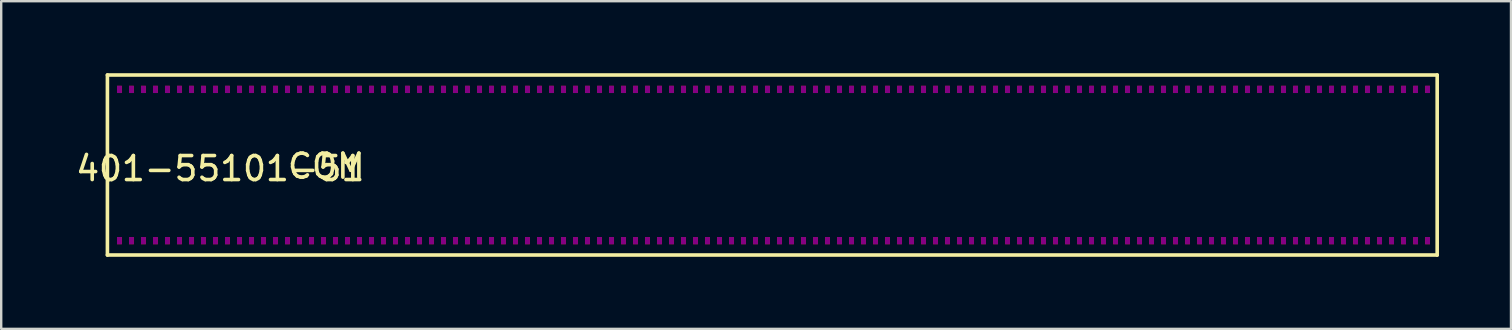
<source format=kicad_pcb>
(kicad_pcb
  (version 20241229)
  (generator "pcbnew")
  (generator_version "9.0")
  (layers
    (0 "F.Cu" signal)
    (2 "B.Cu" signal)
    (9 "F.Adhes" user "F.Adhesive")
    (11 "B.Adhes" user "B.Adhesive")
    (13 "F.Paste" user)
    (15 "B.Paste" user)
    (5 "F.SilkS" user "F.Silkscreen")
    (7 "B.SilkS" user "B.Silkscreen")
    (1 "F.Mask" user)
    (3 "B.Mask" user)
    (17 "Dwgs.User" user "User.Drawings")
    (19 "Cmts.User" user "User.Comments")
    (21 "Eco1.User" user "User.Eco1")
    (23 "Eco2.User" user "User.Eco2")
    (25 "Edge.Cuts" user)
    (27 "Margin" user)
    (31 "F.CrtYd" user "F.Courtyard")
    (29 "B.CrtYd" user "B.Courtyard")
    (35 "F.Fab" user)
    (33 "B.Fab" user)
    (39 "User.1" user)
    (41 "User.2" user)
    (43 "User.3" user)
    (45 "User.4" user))
  (footprint "401-55101-51"
    (layer "F.Cu")
    (at 1.925 6.875)
    (property "Reference" "401-55101-51" (at 4.2 -2.9 0) (layer "F.SilkS") (effects (font (size 1 1) (thickness 0.15))))
    (attr through_hole)
    (fp_line (start -0.5 -6.8) (end -0.5 0.7) (stroke (width 0.15) (type solid)) (layer "F.SilkS"))
    (fp_line (start 54.9 -6.8) (end -0.5 -6.8) (stroke (width 0.15) (type solid)) (layer "F.SilkS"))
    (fp_line (start 54.9 -6.8) (end 54.9 0.7) (stroke (width 0.15) (type solid)) (layer "F.SilkS"))
    (fp_line (start 54.9 0.7) (end -0.5 0.7) (stroke (width 0.15) (type solid)) (layer "F.SilkS"))
    (fp_text user "COM " (at 9 -3 0) (layer "F.SilkS") (effects (font (size 1 1) (thickness 0.15))))
    (pad "1" smd rect (at 0 0.1) (size 0.2 0.3) (layers "F.Cu" "F.Mask" "F.Adhes" "F.Paste"))
    (pad "2" smd rect (at 0.5 0.1) (size 0.2 0.3) (layers "F.Cu" "F.Mask" "F.Adhes" "F.Paste"))
    (pad "3" smd rect (at 1 0.1) (size 0.2 0.3) (layers "F.Cu" "F.Mask" "F.Adhes" "F.Paste"))
    (pad "4" smd rect (at 1.5 0.1) (size 0.2 0.3) (layers "F.Cu" "F.Mask" "F.Adhes" "F.Paste"))
    (pad "5" smd rect (at 2 0.1) (size 0.2 0.3) (layers "F.Cu" "F.Mask" "F.Adhes" "F.Paste"))
    (pad "6" smd rect (at 2.5 0.1) (size 0.2 0.3) (layers "F.Cu" "F.Mask" "F.Adhes" "F.Paste"))
    (pad "7" smd rect (at 3 0.1) (size 0.2 0.3) (layers "F.Cu" "F.Mask" "F.Adhes" "F.Paste"))
    (pad "8" smd rect (at 3.5 0.1) (size 0.2 0.3) (layers "F.Cu" "F.Mask" "F.Adhes" "F.Paste"))
    (pad "9" smd rect (at 4 0.1) (size 0.2 0.3) (layers "F.Cu" "F.Mask" "F.Adhes" "F.Paste"))
    (pad "10" smd rect (at 4.5 0.1) (size 0.2 0.3) (layers "F.Cu" "F.Mask" "F.Adhes" "F.Paste"))
    (pad "11" smd rect (at 5 0.1) (size 0.2 0.3) (layers "F.Cu" "F.Mask" "F.Adhes" "F.Paste"))
    (pad "12" smd rect (at 5.5 0.1) (size 0.2 0.3) (layers "F.Cu" "F.Mask" "F.Adhes" "F.Paste"))
    (pad "13" smd rect (at 6 0.1) (size 0.2 0.3) (layers "F.Cu" "F.Mask" "F.Adhes" "F.Paste"))
    (pad "14" smd rect (at 6.5 0.1) (size 0.2 0.3) (layers "F.Cu" "F.Mask" "F.Adhes" "F.Paste"))
    (pad "15" smd rect (at 7 0.1) (size 0.2 0.3) (layers "F.Cu" "F.Mask" "F.Adhes" "F.Paste"))
    (pad "16" smd rect (at 7.5 0.1) (size 0.2 0.3) (layers "F.Cu" "F.Mask" "F.Adhes" "F.Paste"))
    (pad "17" smd rect (at 8 0.1) (size 0.2 0.3) (layers "F.Cu" "F.Mask" "F.Adhes" "F.Paste"))
    (pad "18" smd rect (at 8.5 0.1) (size 0.2 0.3) (layers "F.Cu" "F.Mask" "F.Adhes" "F.Paste"))
    (pad "19" smd rect (at 9 0.1) (size 0.2 0.3) (layers "F.Cu" "F.Mask" "F.Adhes" "F.Paste"))
    (pad "20" smd rect (at 9.5 0.1) (size 0.2 0.3) (layers "F.Cu" "F.Mask" "F.Adhes" "F.Paste"))
    (pad "21" smd rect (at 10 0.1) (size 0.2 0.3) (layers "F.Cu" "F.Mask" "F.Adhes" "F.Paste"))
    (pad "22" smd rect (at 10.5 0.1) (size 0.2 0.3) (layers "F.Cu" "F.Mask" "F.Adhes" "F.Paste"))
    (pad "23" smd rect (at 11 0.1) (size 0.2 0.3) (layers "F.Cu" "F.Mask" "F.Adhes" "F.Paste"))
    (pad "24" smd rect (at 11.5 0.1) (size 0.2 0.3) (layers "F.Cu" "F.Mask" "F.Adhes" "F.Paste"))
    (pad "25" smd rect (at 12 0.1) (size 0.2 0.3) (layers "F.Cu" "F.Mask" "F.Adhes" "F.Paste"))
    (pad "26" smd rect (at 12.5 0.1) (size 0.2 0.3) (layers "F.Cu" "F.Mask" "F.Adhes" "F.Paste"))
    (pad "27" smd rect (at 13 0.1) (size 0.2 0.3) (layers "F.Cu" "F.Mask" "F.Adhes" "F.Paste"))
    (pad "28" smd rect (at 13.5 0.1) (size 0.2 0.3) (layers "F.Cu" "F.Mask" "F.Adhes" "F.Paste"))
    (pad "29" smd rect (at 14 0.1) (size 0.2 0.3) (layers "F.Cu" "F.Mask" "F.Adhes" "F.Paste"))
    (pad "30" smd rect (at 14.5 0.1) (size 0.2 0.3) (layers "F.Cu" "F.Mask" "F.Adhes" "F.Paste"))
    (pad "31" smd rect (at 15 0.1) (size 0.2 0.3) (layers "F.Cu" "F.Mask" "F.Adhes" "F.Paste"))
    (pad "32" smd rect (at 15.5 0.1) (size 0.2 0.3) (layers "F.Cu" "F.Mask" "F.Adhes" "F.Paste"))
    (pad "33" smd rect (at 16 0.1) (size 0.2 0.3) (layers "F.Cu" "F.Mask" "F.Adhes" "F.Paste"))
    (pad "34" smd rect (at 16.5 0.1) (size 0.2 0.3) (layers "F.Cu" "F.Mask" "F.Adhes" "F.Paste"))
    (pad "35" smd rect (at 17 0.1) (size 0.2 0.3) (layers "F.Cu" "F.Mask" "F.Adhes" "F.Paste"))
    (pad "36" smd rect (at 17.5 0.1) (size 0.2 0.3) (layers "F.Cu" "F.Mask" "F.Adhes" "F.Paste"))
    (pad "37" smd rect (at 18 0.1) (size 0.2 0.3) (layers "F.Cu" "F.Mask" "F.Adhes" "F.Paste"))
    (pad "38" smd rect (at 18.5 0.1) (size 0.2 0.3) (layers "F.Cu" "F.Mask" "F.Adhes" "F.Paste"))
    (pad "39" smd rect (at 19 0.1) (size 0.2 0.3) (layers "F.Cu" "F.Mask" "F.Adhes" "F.Paste"))
    (pad "40" smd rect (at 19.5 0.1) (size 0.2 0.3) (layers "F.Cu" "F.Mask" "F.Adhes" "F.Paste"))
    (pad "41" smd rect (at 20 0.1) (size 0.2 0.3) (layers "F.Cu" "F.Mask" "F.Adhes" "F.Paste"))
    (pad "42" smd rect (at 20.5 0.1) (size 0.2 0.3) (layers "F.Cu" "F.Mask" "F.Adhes" "F.Paste"))
    (pad "43" smd rect (at 21 0.1) (size 0.2 0.3) (layers "F.Cu" "F.Mask" "F.Adhes" "F.Paste"))
    (pad "44" smd rect (at 21.5 0.1) (size 0.2 0.3) (layers "F.Cu" "F.Mask" "F.Adhes" "F.Paste"))
    (pad "45" smd rect (at 22 0.1) (size 0.2 0.3) (layers "F.Cu" "F.Mask" "F.Adhes" "F.Paste"))
    (pad "46" smd rect (at 22.5 0.1) (size 0.2 0.3) (layers "F.Cu" "F.Mask" "F.Adhes" "F.Paste"))
    (pad "47" smd rect (at 23 0.1) (size 0.2 0.3) (layers "F.Cu" "F.Mask" "F.Adhes" "F.Paste"))
    (pad "48" smd rect (at 23.5 0.1) (size 0.2 0.3) (layers "F.Cu" "F.Mask" "F.Adhes" "F.Paste"))
    (pad "49" smd rect (at 24 0.1) (size 0.2 0.3) (layers "F.Cu" "F.Mask" "F.Adhes" "F.Paste"))
    (pad "50" smd rect (at 24.5 0.1) (size 0.2 0.3) (layers "F.Cu" "F.Mask" "F.Adhes" "F.Paste"))
    (pad "51" smd rect (at 25 0.1) (size 0.2 0.3) (layers "F.Cu" "F.Mask" "F.Adhes" "F.Paste"))
    (pad "52" smd rect (at 25.5 0.1) (size 0.2 0.3) (layers "F.Cu" "F.Mask" "F.Adhes" "F.Paste"))
    (pad "53" smd rect (at 26 0.1) (size 0.2 0.3) (layers "F.Cu" "F.Mask" "F.Adhes" "F.Paste"))
    (pad "54" smd rect (at 26.5 0.1) (size 0.2 0.3) (layers "F.Cu" "F.Mask" "F.Adhes" "F.Paste"))
    (pad "55" smd rect (at 27 0.1) (size 0.2 0.3) (layers "F.Cu" "F.Mask" "F.Adhes" "F.Paste"))
    (pad "56" smd rect (at 27.5 0.1) (size 0.2 0.3) (layers "F.Cu" "F.Mask" "F.Adhes" "F.Paste"))
    (pad "57" smd rect (at 28 0.1) (size 0.2 0.3) (layers "F.Cu" "F.Mask" "F.Adhes" "F.Paste"))
    (pad "58" smd rect (at 28.5 0.1) (size 0.2 0.3) (layers "F.Cu" "F.Mask" "F.Adhes" "F.Paste"))
    (pad "59" smd rect (at 29 0.1) (size 0.2 0.3) (layers "F.Cu" "F.Mask" "F.Adhes" "F.Paste"))
    (pad "60" smd rect (at 29.5 0.1) (size 0.2 0.3) (layers "F.Cu" "F.Mask" "F.Adhes" "F.Paste"))
    (pad "61" smd rect (at 30 0.1) (size 0.2 0.3) (layers "F.Cu" "F.Mask" "F.Adhes" "F.Paste"))
    (pad "62" smd rect (at 30.5 0.1) (size 0.2 0.3) (layers "F.Cu" "F.Mask" "F.Adhes" "F.Paste"))
    (pad "63" smd rect (at 31 0.1) (size 0.2 0.3) (layers "F.Cu" "F.Mask" "F.Adhes" "F.Paste"))
    (pad "64" smd rect (at 31.5 0.1) (size 0.2 0.3) (layers "F.Cu" "F.Mask" "F.Adhes" "F.Paste"))
    (pad "65" smd rect (at 32 0.1) (size 0.2 0.3) (layers "F.Cu" "F.Mask" "F.Adhes" "F.Paste"))
    (pad "66" smd rect (at 32.5 0.1) (size 0.2 0.3) (layers "F.Cu" "F.Mask" "F.Adhes" "F.Paste"))
    (pad "67" smd rect (at 33 0.1) (size 0.2 0.3) (layers "F.Cu" "F.Mask" "F.Adhes" "F.Paste"))
    (pad "68" smd rect (at 33.5 0.1) (size 0.2 0.3) (layers "F.Cu" "F.Mask" "F.Adhes" "F.Paste"))
    (pad "69" smd rect (at 34 0.1) (size 0.2 0.3) (layers "F.Cu" "F.Mask" "F.Adhes" "F.Paste"))
    (pad "70" smd rect (at 34.5 0.1) (size 0.2 0.3) (layers "F.Cu" "F.Mask" "F.Adhes" "F.Paste"))
    (pad "71" smd rect (at 35 0.1) (size 0.2 0.3) (layers "F.Cu" "F.Mask" "F.Adhes" "F.Paste"))
    (pad "72" smd rect (at 35.5 0.1) (size 0.2 0.3) (layers "F.Cu" "F.Mask" "F.Adhes" "F.Paste"))
    (pad "73" smd rect (at 36 0.1) (size 0.2 0.3) (layers "F.Cu" "F.Mask" "F.Adhes" "F.Paste"))
    (pad "74" smd rect (at 36.5 0.1) (size 0.2 0.3) (layers "F.Cu" "F.Mask" "F.Adhes" "F.Paste"))
    (pad "75" smd rect (at 37 0.1) (size 0.2 0.3) (layers "F.Cu" "F.Mask" "F.Adhes" "F.Paste"))
    (pad "76" smd rect (at 37.5 0.1) (size 0.2 0.3) (layers "F.Cu" "F.Mask" "F.Adhes" "F.Paste"))
    (pad "77" smd rect (at 38 0.1) (size 0.2 0.3) (layers "F.Cu" "F.Mask" "F.Adhes" "F.Paste"))
    (pad "78" smd rect (at 38.5 0.1) (size 0.2 0.3) (layers "F.Cu" "F.Mask" "F.Adhes" "F.Paste"))
    (pad "79" smd rect (at 39 0.1) (size 0.2 0.3) (layers "F.Cu" "F.Mask" "F.Adhes" "F.Paste"))
    (pad "80" smd rect (at 39.5 0.1) (size 0.2 0.3) (layers "F.Cu" "F.Mask" "F.Adhes" "F.Paste"))
    (pad "81" smd rect (at 40 0.1) (size 0.2 0.3) (layers "F.Cu" "F.Mask" "F.Adhes" "F.Paste"))
    (pad "82" smd rect (at 40.5 0.1) (size 0.2 0.3) (layers "F.Cu" "F.Mask" "F.Adhes" "F.Paste"))
    (pad "83" smd rect (at 41 0.1) (size 0.2 0.3) (layers "F.Cu" "F.Mask" "F.Adhes" "F.Paste"))
    (pad "84" smd rect (at 41.5 0.1) (size 0.2 0.3) (layers "F.Cu" "F.Mask" "F.Adhes" "F.Paste"))
    (pad "85" smd rect (at 42 0.1) (size 0.2 0.3) (layers "F.Cu" "F.Mask" "F.Adhes" "F.Paste"))
    (pad "86" smd rect (at 42.5 0.1) (size 0.2 0.3) (layers "F.Cu" "F.Mask" "F.Adhes" "F.Paste"))
    (pad "87" smd rect (at 43 0.1) (size 0.2 0.3) (layers "F.Cu" "F.Mask" "F.Adhes" "F.Paste"))
    (pad "88" smd rect (at 43.5 0.1) (size 0.2 0.3) (layers "F.Cu" "F.Mask" "F.Adhes" "F.Paste"))
    (pad "89" smd rect (at 44 0.1) (size 0.2 0.3) (layers "F.Cu" "F.Mask" "F.Adhes" "F.Paste"))
    (pad "90" smd rect (at 44.5 0.1) (size 0.2 0.3) (layers "F.Cu" "F.Mask" "F.Adhes" "F.Paste"))
    (pad "91" smd rect (at 45 0.1) (size 0.2 0.3) (layers "F.Cu" "F.Mask" "F.Adhes" "F.Paste"))
    (pad "92" smd rect (at 45.5 0.1) (size 0.2 0.3) (layers "F.Cu" "F.Mask" "F.Adhes" "F.Paste"))
    (pad "93" smd rect (at 46 0.1) (size 0.2 0.3) (layers "F.Cu" "F.Mask" "F.Adhes" "F.Paste"))
    (pad "94" smd rect (at 46.5 0.1) (size 0.2 0.3) (layers "F.Cu" "F.Mask" "F.Adhes" "F.Paste"))
    (pad "95" smd rect (at 47 0.1) (size 0.2 0.3) (layers "F.Cu" "F.Mask" "F.Adhes" "F.Paste"))
    (pad "96" smd rect (at 47.5 0.1) (size 0.2 0.3) (layers "F.Cu" "F.Mask" "F.Adhes" "F.Paste"))
    (pad "97" smd rect (at 48 0.1) (size 0.2 0.3) (layers "F.Cu" "F.Mask" "F.Adhes" "F.Paste"))
    (pad "98" smd rect (at 48.5 0.1) (size 0.2 0.3) (layers "F.Cu" "F.Mask" "F.Adhes" "F.Paste"))
    (pad "99" smd rect (at 49 0.1) (size 0.2 0.3) (layers "F.Cu" "F.Mask" "F.Adhes" "F.Paste"))
    (pad "100" smd rect (at 49.5 0.1) (size 0.2 0.3) (layers "F.Cu" "F.Mask" "F.Adhes" "F.Paste"))
    (pad "101" smd rect (at 50 0.1) (size 0.2 0.3) (layers "F.Cu" "F.Mask" "F.Adhes" "F.Paste"))
    (pad "102" smd rect (at 50.5 0.1) (size 0.2 0.3) (layers "F.Cu" "F.Mask" "F.Adhes" "F.Paste"))
    (pad "103" smd rect (at 51 0.1) (size 0.2 0.3) (layers "F.Cu" "F.Mask" "F.Adhes" "F.Paste"))
    (pad "104" smd rect (at 51.5 0.1) (size 0.2 0.3) (layers "F.Cu" "F.Mask" "F.Adhes" "F.Paste"))
    (pad "105" smd rect (at 52 0.1) (size 0.2 0.3) (layers "F.Cu" "F.Mask" "F.Adhes" "F.Paste"))
    (pad "106" smd rect (at 52.5 0.1) (size 0.2 0.3) (layers "F.Cu" "F.Mask" "F.Adhes" "F.Paste"))
    (pad "107" smd rect (at 53 0.1) (size 0.2 0.3) (layers "F.Cu" "F.Mask" "F.Adhes" "F.Paste"))
    (pad "108" smd rect (at 53.5 0.1) (size 0.2 0.3) (layers "F.Cu" "F.Mask" "F.Adhes" "F.Paste"))
    (pad "109" smd rect (at 54 0.1) (size 0.2 0.3) (layers "F.Cu" "F.Mask" "F.Adhes" "F.Paste"))
    (pad "110" smd rect (at 54.5 0.1) (size 0.2 0.3) (layers "F.Cu" "F.Mask" "F.Adhes" "F.Paste"))
    (pad "111" smd rect (at 54.5 -6.2) (size 0.2 0.3) (layers "F.Cu" "F.Mask" "F.Adhes" "F.Paste"))
    (pad "112" smd rect (at 54 -6.2) (size 0.2 0.3) (layers "F.Cu" "F.Mask" "F.Adhes" "F.Paste"))
    (pad "113" smd rect (at 53.5 -6.2) (size 0.2 0.3) (layers "F.Cu" "F.Mask" "F.Adhes" "F.Paste"))
    (pad "114" smd rect (at 53 -6.2) (size 0.2 0.3) (layers "F.Cu" "F.Mask" "F.Adhes" "F.Paste"))
    (pad "115" smd rect (at 52.5 -6.2) (size 0.2 0.3) (layers "F.Cu" "F.Mask" "F.Adhes" "F.Paste"))
    (pad "116" smd rect (at 52 -6.2) (size 0.2 0.3) (layers "F.Cu" "F.Mask" "F.Adhes" "F.Paste"))
    (pad "117" smd rect (at 51.5 -6.2) (size 0.2 0.3) (layers "F.Cu" "F.Mask" "F.Adhes" "F.Paste"))
    (pad "118" smd rect (at 51 -6.2) (size 0.2 0.3) (layers "F.Cu" "F.Mask" "F.Adhes" "F.Paste"))
    (pad "119" smd rect (at 50.5 -6.2) (size 0.2 0.3) (layers "F.Cu" "F.Mask" "F.Adhes" "F.Paste"))
    (pad "120" smd rect (at 50 -6.2) (size 0.2 0.3) (layers "F.Cu" "F.Mask" "F.Adhes" "F.Paste"))
    (pad "121" smd rect (at 49.5 -6.2) (size 0.2 0.3) (layers "F.Cu" "F.Mask" "F.Adhes" "F.Paste"))
    (pad "122" smd rect (at 49 -6.2) (size 0.2 0.3) (layers "F.Cu" "F.Mask" "F.Adhes" "F.Paste"))
    (pad "123" smd rect (at 48.5 -6.2) (size 0.2 0.3) (layers "F.Cu" "F.Mask" "F.Adhes" "F.Paste"))
    (pad "124" smd rect (at 48 -6.2) (size 0.2 0.3) (layers "F.Cu" "F.Mask" "F.Adhes" "F.Paste"))
    (pad "125" smd rect (at 47.5 -6.2) (size 0.2 0.3) (layers "F.Cu" "F.Mask" "F.Adhes" "F.Paste"))
    (pad "126" smd rect (at 47 -6.2) (size 0.2 0.3) (layers "F.Cu" "F.Mask" "F.Adhes" "F.Paste"))
    (pad "127" smd rect (at 46.5 -6.2) (size 0.2 0.3) (layers "F.Cu" "F.Mask" "F.Adhes" "F.Paste"))
    (pad "128" smd rect (at 46 -6.2) (size 0.2 0.3) (layers "F.Cu" "F.Mask" "F.Adhes" "F.Paste"))
    (pad "129" smd rect (at 45.5 -6.2) (size 0.2 0.3) (layers "F.Cu" "F.Mask" "F.Adhes" "F.Paste"))
    (pad "130" smd rect (at 45 -6.2) (size 0.2 0.3) (layers "F.Cu" "F.Mask" "F.Adhes" "F.Paste"))
    (pad "131" smd rect (at 44.5 -6.2) (size 0.2 0.3) (layers "F.Cu" "F.Mask" "F.Adhes" "F.Paste"))
    (pad "132" smd rect (at 44 -6.2) (size 0.2 0.3) (layers "F.Cu" "F.Mask" "F.Adhes" "F.Paste"))
    (pad "133" smd rect (at 43.5 -6.2) (size 0.2 0.3) (layers "F.Cu" "F.Mask" "F.Adhes" "F.Paste"))
    (pad "134" smd rect (at 43 -6.2) (size 0.2 0.3) (layers "F.Cu" "F.Mask" "F.Adhes" "F.Paste"))
    (pad "135" smd rect (at 42.5 -6.2) (size 0.2 0.3) (layers "F.Cu" "F.Mask" "F.Adhes" "F.Paste"))
    (pad "136" smd rect (at 42 -6.2) (size 0.2 0.3) (layers "F.Cu" "F.Mask" "F.Adhes" "F.Paste"))
    (pad "137" smd rect (at 41.5 -6.2) (size 0.2 0.3) (layers "F.Cu" "F.Mask" "F.Adhes" "F.Paste"))
    (pad "138" smd rect (at 41 -6.2) (size 0.2 0.3) (layers "F.Cu" "F.Mask" "F.Adhes" "F.Paste"))
    (pad "139" smd rect (at 40.5 -6.2) (size 0.2 0.3) (layers "F.Cu" "F.Mask" "F.Adhes" "F.Paste"))
    (pad "140" smd rect (at 40 -6.2) (size 0.2 0.3) (layers "F.Cu" "F.Mask" "F.Adhes" "F.Paste"))
    (pad "141" smd rect (at 39.5 -6.2) (size 0.2 0.3) (layers "F.Cu" "F.Mask" "F.Adhes" "F.Paste"))
    (pad "142" smd rect (at 39 -6.2) (size 0.2 0.3) (layers "F.Cu" "F.Mask" "F.Adhes" "F.Paste"))
    (pad "143" smd rect (at 38.5 -6.2) (size 0.2 0.3) (layers "F.Cu" "F.Mask" "F.Adhes" "F.Paste"))
    (pad "144" smd rect (at 38 -6.2) (size 0.2 0.3) (layers "F.Cu" "F.Mask" "F.Adhes" "F.Paste"))
    (pad "145" smd rect (at 37.5 -6.2) (size 0.2 0.3) (layers "F.Cu" "F.Mask" "F.Adhes" "F.Paste"))
    (pad "146" smd rect (at 37 -6.2) (size 0.2 0.3) (layers "F.Cu" "F.Mask" "F.Adhes" "F.Paste"))
    (pad "147" smd rect (at 36.5 -6.2) (size 0.2 0.3) (layers "F.Cu" "F.Mask" "F.Adhes" "F.Paste"))
    (pad "148" smd rect (at 36 -6.2) (size 0.2 0.3) (layers "F.Cu" "F.Mask" "F.Adhes" "F.Paste"))
    (pad "149" smd rect (at 35.5 -6.2) (size 0.2 0.3) (layers "F.Cu" "F.Mask" "F.Adhes" "F.Paste"))
    (pad "150" smd rect (at 35 -6.2) (size 0.2 0.3) (layers "F.Cu" "F.Mask" "F.Adhes" "F.Paste"))
    (pad "151" smd rect (at 34.5 -6.2) (size 0.2 0.3) (layers "F.Cu" "F.Mask" "F.Adhes" "F.Paste"))
    (pad "152" smd rect (at 34 -6.2) (size 0.2 0.3) (layers "F.Cu" "F.Mask" "F.Adhes" "F.Paste"))
    (pad "153" smd rect (at 33.5 -6.2) (size 0.2 0.3) (layers "F.Cu" "F.Mask" "F.Adhes" "F.Paste"))
    (pad "154" smd rect (at 33 -6.2) (size 0.2 0.3) (layers "F.Cu" "F.Mask" "F.Adhes" "F.Paste"))
    (pad "155" smd rect (at 32.5 -6.2) (size 0.2 0.3) (layers "F.Cu" "F.Mask" "F.Adhes" "F.Paste"))
    (pad "156" smd rect (at 32 -6.2) (size 0.2 0.3) (layers "F.Cu" "F.Mask" "F.Adhes" "F.Paste"))
    (pad "157" smd rect (at 31.5 -6.2) (size 0.2 0.3) (layers "F.Cu" "F.Mask" "F.Adhes" "F.Paste"))
    (pad "158" smd rect (at 31 -6.2) (size 0.2 0.3) (layers "F.Cu" "F.Mask" "F.Adhes" "F.Paste"))
    (pad "159" smd rect (at 30.5 -6.2) (size 0.2 0.3) (layers "F.Cu" "F.Mask" "F.Adhes" "F.Paste"))
    (pad "160" smd rect (at 30 -6.2) (size 0.2 0.3) (layers "F.Cu" "F.Mask" "F.Adhes" "F.Paste"))
    (pad "161" smd rect (at 29.5 -6.2) (size 0.2 0.3) (layers "F.Cu" "F.Mask" "F.Adhes" "F.Paste"))
    (pad "162" smd rect (at 29 -6.2) (size 0.2 0.3) (layers "F.Cu" "F.Mask" "F.Adhes" "F.Paste"))
    (pad "163" smd rect (at 28.5 -6.2) (size 0.2 0.3) (layers "F.Cu" "F.Mask" "F.Adhes" "F.Paste"))
    (pad "164" smd rect (at 28 -6.2) (size 0.2 0.3) (layers "F.Cu" "F.Mask" "F.Adhes" "F.Paste"))
    (pad "165" smd rect (at 27.5 -6.2) (size 0.2 0.3) (layers "F.Cu" "F.Mask" "F.Adhes" "F.Paste"))
    (pad "166" smd rect (at 27 -6.2) (size 0.2 0.3) (layers "F.Cu" "F.Mask" "F.Adhes" "F.Paste"))
    (pad "167" smd rect (at 26.5 -6.2) (size 0.2 0.3) (layers "F.Cu" "F.Mask" "F.Adhes" "F.Paste"))
    (pad "168" smd rect (at 26 -6.2) (size 0.2 0.3) (layers "F.Cu" "F.Mask" "F.Adhes" "F.Paste"))
    (pad "169" smd rect (at 25.5 -6.2) (size 0.2 0.3) (layers "F.Cu" "F.Mask" "F.Adhes" "F.Paste"))
    (pad "170" smd rect (at 25 -6.2) (size 0.2 0.3) (layers "F.Cu" "F.Mask" "F.Adhes" "F.Paste"))
    (pad "171" smd rect (at 24.5 -6.2) (size 0.2 0.3) (layers "F.Cu" "F.Mask" "F.Adhes" "F.Paste"))
    (pad "172" smd rect (at 24 -6.2) (size 0.2 0.3) (layers "F.Cu" "F.Mask" "F.Adhes" "F.Paste"))
    (pad "173" smd rect (at 23.5 -6.2) (size 0.2 0.3) (layers "F.Cu" "F.Mask" "F.Adhes" "F.Paste"))
    (pad "174" smd rect (at 23 -6.2) (size 0.2 0.3) (layers "F.Cu" "F.Mask" "F.Adhes" "F.Paste"))
    (pad "175" smd rect (at 22.5 -6.2) (size 0.2 0.3) (layers "F.Cu" "F.Mask" "F.Adhes" "F.Paste"))
    (pad "176" smd rect (at 22 -6.2) (size 0.2 0.3) (layers "F.Cu" "F.Mask" "F.Adhes" "F.Paste"))
    (pad "177" smd rect (at 21.5 -6.2) (size 0.2 0.3) (layers "F.Cu" "F.Mask" "F.Adhes" "F.Paste"))
    (pad "178" smd rect (at 21 -6.2) (size 0.2 0.3) (layers "F.Cu" "F.Mask" "F.Adhes" "F.Paste"))
    (pad "179" smd rect (at 20.5 -6.2) (size 0.2 0.3) (layers "F.Cu" "F.Mask" "F.Adhes" "F.Paste"))
    (pad "180" smd rect (at 20 -6.2) (size 0.2 0.3) (layers "F.Cu" "F.Mask" "F.Adhes" "F.Paste"))
    (pad "181" smd rect (at 19.5 -6.2) (size 0.2 0.3) (layers "F.Cu" "F.Mask" "F.Adhes" "F.Paste"))
    (pad "182" smd rect (at 19 -6.2) (size 0.2 0.3) (layers "F.Cu" "F.Mask" "F.Adhes" "F.Paste"))
    (pad "183" smd rect (at 18.5 -6.2) (size 0.2 0.3) (layers "F.Cu" "F.Mask" "F.Adhes" "F.Paste"))
    (pad "184" smd rect (at 18 -6.2) (size 0.2 0.3) (layers "F.Cu" "F.Mask" "F.Adhes" "F.Paste"))
    (pad "185" smd rect (at 17.5 -6.2) (size 0.2 0.3) (layers "F.Cu" "F.Mask" "F.Adhes" "F.Paste"))
    (pad "186" smd rect (at 17 -6.2) (size 0.2 0.3) (layers "F.Cu" "F.Mask" "F.Adhes" "F.Paste"))
    (pad "187" smd rect (at 16.5 -6.2) (size 0.2 0.3) (layers "F.Cu" "F.Mask" "F.Adhes" "F.Paste"))
    (pad "188" smd rect (at 16 -6.2) (size 0.2 0.3) (layers "F.Cu" "F.Mask" "F.Adhes" "F.Paste"))
    (pad "189" smd rect (at 15.5 -6.2) (size 0.2 0.3) (layers "F.Cu" "F.Mask" "F.Adhes" "F.Paste"))
    (pad "190" smd rect (at 15 -6.2) (size 0.2 0.3) (layers "F.Cu" "F.Mask" "F.Adhes" "F.Paste"))
    (pad "191" smd rect (at 14.5 -6.2) (size 0.2 0.3) (layers "F.Cu" "F.Mask" "F.Adhes" "F.Paste"))
    (pad "192" smd rect (at 14 -6.2) (size 0.2 0.3) (layers "F.Cu" "F.Mask" "F.Adhes" "F.Paste"))
    (pad "193" smd rect (at 13.5 -6.2) (size 0.2 0.3) (layers "F.Cu" "F.Mask" "F.Adhes" "F.Paste"))
    (pad "194" smd rect (at 13 -6.2) (size 0.2 0.3) (layers "F.Cu" "F.Mask" "F.Adhes" "F.Paste"))
    (pad "195" smd rect (at 12.5 -6.2) (size 0.2 0.3) (layers "F.Cu" "F.Mask" "F.Adhes" "F.Paste"))
    (pad "196" smd rect (at 12 -6.2) (size 0.2 0.3) (layers "F.Cu" "F.Mask" "F.Adhes" "F.Paste"))
    (pad "197" smd rect (at 11.5 -6.2) (size 0.2 0.3) (layers "F.Cu" "F.Mask" "F.Adhes" "F.Paste"))
    (pad "198" smd rect (at 11 -6.2) (size 0.2 0.3) (layers "F.Cu" "F.Mask" "F.Adhes" "F.Paste"))
    (pad "199" smd rect (at 10.5 -6.2) (size 0.2 0.3) (layers "F.Cu" "F.Mask" "F.Adhes" "F.Paste"))
    (pad "200" smd rect (at 10 -6.2) (size 0.2 0.3) (layers "F.Cu" "F.Mask" "F.Adhes" "F.Paste"))
    (pad "201" smd rect (at 9.5 -6.2) (size 0.2 0.3) (layers "F.Cu" "F.Mask" "F.Adhes" "F.Paste"))
    (pad "202" smd rect (at 9 -6.2) (size 0.2 0.3) (layers "F.Cu" "F.Mask" "F.Adhes" "F.Paste"))
    (pad "203" smd rect (at 8.5 -6.2) (size 0.2 0.3) (layers "F.Cu" "F.Mask" "F.Adhes" "F.Paste"))
    (pad "204" smd rect (at 8 -6.2) (size 0.2 0.3) (layers "F.Cu" "F.Mask" "F.Adhes" "F.Paste"))
    (pad "205" smd rect (at 7.5 -6.2) (size 0.2 0.3) (layers "F.Cu" "F.Mask" "F.Adhes" "F.Paste"))
    (pad "206" smd rect (at 7 -6.2) (size 0.2 0.3) (layers "F.Cu" "F.Mask" "F.Adhes" "F.Paste"))
    (pad "207" smd rect (at 6.5 -6.2) (size 0.2 0.3) (layers "F.Cu" "F.Mask" "F.Adhes" "F.Paste"))
    (pad "208" smd rect (at 6 -6.2) (size 0.2 0.3) (layers "F.Cu" "F.Mask" "F.Adhes" "F.Paste"))
    (pad "209" smd rect (at 5.5 -6.2) (size 0.2 0.3) (layers "F.Cu" "F.Mask" "F.Adhes" "F.Paste"))
    (pad "210" smd rect (at 5 -6.2) (size 0.2 0.3) (layers "F.Cu" "F.Mask" "F.Adhes" "F.Paste"))
    (pad "211" smd rect (at 4.5 -6.2) (size 0.2 0.3) (layers "F.Cu" "F.Mask" "F.Adhes" "F.Paste"))
    (pad "212" smd rect (at 4 -6.2) (size 0.2 0.3) (layers "F.Cu" "F.Mask" "F.Adhes" "F.Paste"))
    (pad "213" smd rect (at 3.5 -6.2) (size 0.2 0.3) (layers "F.Cu" "F.Mask" "F.Adhes" "F.Paste"))
    (pad "214" smd rect (at 3 -6.2) (size 0.2 0.3) (layers "F.Cu" "F.Mask" "F.Adhes" "F.Paste"))
    (pad "215" smd rect (at 2.5 -6.2) (size 0.2 0.3) (layers "F.Cu" "F.Mask" "F.Adhes" "F.Paste"))
    (pad "216" smd rect (at 2 -6.2) (size 0.2 0.3) (layers "F.Cu" "F.Mask" "F.Adhes" "F.Paste"))
    (pad "217" smd rect (at 1.5 -6.2) (size 0.2 0.3) (layers "F.Cu" "F.Mask" "F.Adhes" "F.Paste"))
    (pad "218" smd rect (at 1 -6.2) (size 0.2 0.3) (layers "F.Cu" "F.Mask" "F.Adhes" "F.Paste"))
    (pad "219" smd rect (at 0.5 -6.2) (size 0.2 0.3) (layers "F.Cu" "F.Mask" "F.Adhes" "F.Paste"))
    (pad "220" smd rect (at 0 -6.2) (size 0.2 0.3) (layers "F.Cu" "F.Mask" "F.Adhes" "F.Paste")))
  (gr_rect
    (start -3 -3)
    (end 59.9 10.65)
    (stroke (width 0.1) (type default))
    (fill no)
    (layer "Edge.Cuts")))
</source>
